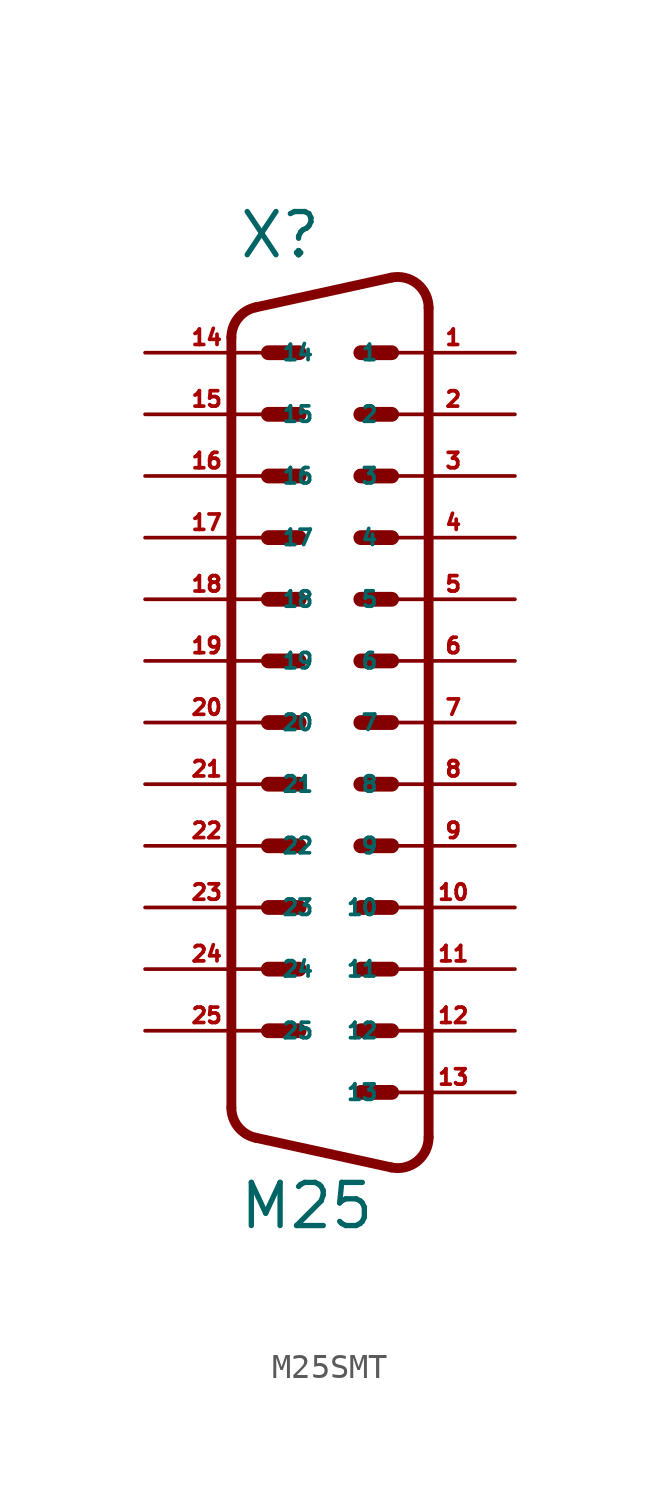
<source format=kicad_sym>
(kicad_symbol_lib
  (version 20220914)
  (generator Eagle2Kicad)
  (symbol "M25SMT"
    (property "Reference" "X"
      (at -3.81 16.51 0)
      (effects (font (size 1.778 1.778) (thickness 0.22)) (justify left bottom)))
    (property "Value" "M25"
      (at -3.81 -23.495 0)
      (effects (font (size 1.778 1.778) (thickness 0.22)) (justify left bottom)))
    (polyline
      (pts (xy 1.27 12.7) (xy 2.54 12.7))
      (stroke (width 0.61) (type default))
      (fill (type none)))
    (polyline
      (pts (xy -2.54 12.7) (xy -1.27 12.7))
      (stroke (width 0.61) (type default))
      (fill (type none)))
    (polyline
      (pts (xy 1.27 7.62) (xy 2.54 7.62))
      (stroke (width 0.61) (type default))
      (fill (type none)))
    (polyline
      (pts (xy -2.54 10.16) (xy -1.27 10.16))
      (stroke (width 0.61) (type default))
      (fill (type none)))
    (polyline
      (pts (xy 1.27 2.54) (xy 2.54 2.54))
      (stroke (width 0.61) (type default))
      (fill (type none)))
    (polyline
      (pts (xy -2.54 7.62) (xy -1.27 7.62))
      (stroke (width 0.61) (type default))
      (fill (type none)))
    (polyline
      (pts (xy 1.27 -2.54) (xy 2.54 -2.54))
      (stroke (width 0.61) (type default))
      (fill (type none)))
    (polyline
      (pts (xy -2.54 5.08) (xy -1.27 5.08))
      (stroke (width 0.61) (type default))
      (fill (type none)))
    (polyline
      (pts (xy 1.27 -7.62) (xy 2.54 -7.62))
      (stroke (width 0.61) (type default))
      (fill (type none)))
    (polyline
      (pts (xy -2.54 2.54) (xy -1.27 2.54))
      (stroke (width 0.61) (type default))
      (fill (type none)))
    (polyline
      (pts (xy 1.27 -12.7) (xy 2.54 -12.7))
      (stroke (width 0.61) (type default))
      (fill (type none)))
    (polyline
      (pts (xy -2.54 0) (xy -1.27 0))
      (stroke (width 0.61) (type default))
      (fill (type none)))
    (polyline
      (pts (xy 1.27 -17.78) (xy 2.54 -17.78))
      (stroke (width 0.61) (type default))
      (fill (type none)))
    (polyline
      (pts (xy -2.54 -2.54) (xy -1.27 -2.54))
      (stroke (width 0.61) (type default))
      (fill (type none)))
    (polyline
      (pts (xy 1.27 10.16) (xy 2.54 10.16))
      (stroke (width 0.61) (type default))
      (fill (type none)))
    (polyline
      (pts (xy -2.54 -5.08) (xy -1.27 -5.08))
      (stroke (width 0.61) (type default))
      (fill (type none)))
    (polyline
      (pts (xy 1.27 5.08) (xy 2.54 5.08))
      (stroke (width 0.61) (type default))
      (fill (type none)))
    (polyline
      (pts (xy -2.54 -7.62) (xy -1.27 -7.62))
      (stroke (width 0.61) (type default))
      (fill (type none)))
    (polyline
      (pts (xy 1.27 0) (xy 2.54 0))
      (stroke (width 0.61) (type default))
      (fill (type none)))
    (polyline
      (pts (xy -2.54 -10.16) (xy -1.27 -10.16))
      (stroke (width 0.61) (type default))
      (fill (type none)))
    (polyline
      (pts (xy 1.27 -5.08) (xy 2.54 -5.08))
      (stroke (width 0.61) (type default))
      (fill (type none)))
    (polyline
      (pts (xy -2.54 -12.7) (xy -1.27 -12.7))
      (stroke (width 0.61) (type default))
      (fill (type none)))
    (polyline
      (pts (xy 1.27 -10.16) (xy 2.54 -10.16))
      (stroke (width 0.61) (type default))
      (fill (type none)))
    (polyline
      (pts (xy -2.54 -15.24) (xy -1.27 -15.24))
      (stroke (width 0.61) (type default))
      (fill (type none)))
    (polyline
      (pts (xy 1.27 -15.24) (xy 2.54 -15.24))
      (stroke (width 0.61) (type default))
      (fill (type none)))
    (arc
      (start 2.5226 -20.8718)
      (mid 3.590 -20.620)
      (end 4.0637 -19.6312)
      (stroke (width 0.4064) (type default))
      (fill (type none)))
    (polyline
      (pts (xy 2.523 -20.872) (xy -3.065 -19.649))
      (stroke (width 0.406) (type default))
      (fill (type none)))
    (arc
      (start -4.064 -18.4088)
      (mid -3.783 -19.205)
      (end -3.0654 -19.6494)
      (stroke (width 0.4064) (type default))
      (fill (type none)))
    (polyline
      (pts (xy -4.064 13.329) (xy -4.064 -18.409))
      (stroke (width 0.406) (type default))
      (fill (type none)))
    (arc
      (start -3.0654 14.5694)
      (mid -3.783 14.125)
      (end -4.064 13.3288)
      (stroke (width 0.4064) (type default))
      (fill (type none)))
    (polyline
      (pts (xy 4.064 14.551) (xy 4.064 -19.631))
      (stroke (width 0.406) (type default))
      (fill (type none)))
    (polyline
      (pts (xy 2.523 15.792) (xy -3.065 14.569))
      (stroke (width 0.406) (type default))
      (fill (type none)))
    (arc
      (start 4.064 14.5512)
      (mid 3.590 15.541)
      (end 2.5226 15.7919)
      (stroke (width 0.4064) (type default))
      (fill (type none)))
    (pin passive line
      (at 7.62 12.7 180)
      (length 5.08)
      (name "1" (effects (font (size 0.635 0.635) (thickness 0.08)) (justify left bottom)))
      (number "1" (effects (font (size 0.635 0.635) (thickness 0.08)) (justify left bottom))))
    (pin passive line
      (at -7.62 12.7 0)
      (length 5.08)
      (name "14" (effects (font (size 0.635 0.635) (thickness 0.08)) (justify left bottom)))
      (number "14" (effects (font (size 0.635 0.635) (thickness 0.08)) (justify left bottom))))
    (pin passive line
      (at 7.62 10.16 180)
      (length 5.08)
      (name "2" (effects (font (size 0.635 0.635) (thickness 0.08)) (justify left bottom)))
      (number "2" (effects (font (size 0.635 0.635) (thickness 0.08)) (justify left bottom))))
    (pin passive line
      (at -7.62 10.16 0)
      (length 5.08)
      (name "15" (effects (font (size 0.635 0.635) (thickness 0.08)) (justify left bottom)))
      (number "15" (effects (font (size 0.635 0.635) (thickness 0.08)) (justify left bottom))))
    (pin passive line
      (at 7.62 7.62 180)
      (length 5.08)
      (name "3" (effects (font (size 0.635 0.635) (thickness 0.08)) (justify left bottom)))
      (number "3" (effects (font (size 0.635 0.635) (thickness 0.08)) (justify left bottom))))
    (pin passive line
      (at -7.62 7.62 0)
      (length 5.08)
      (name "16" (effects (font (size 0.635 0.635) (thickness 0.08)) (justify left bottom)))
      (number "16" (effects (font (size 0.635 0.635) (thickness 0.08)) (justify left bottom))))
    (pin passive line
      (at 7.62 5.08 180)
      (length 5.08)
      (name "4" (effects (font (size 0.635 0.635) (thickness 0.08)) (justify left bottom)))
      (number "4" (effects (font (size 0.635 0.635) (thickness 0.08)) (justify left bottom))))
    (pin passive line
      (at -7.62 5.08 0)
      (length 5.08)
      (name "17" (effects (font (size 0.635 0.635) (thickness 0.08)) (justify left bottom)))
      (number "17" (effects (font (size 0.635 0.635) (thickness 0.08)) (justify left bottom))))
    (pin passive line
      (at 7.62 2.54 180)
      (length 5.08)
      (name "5" (effects (font (size 0.635 0.635) (thickness 0.08)) (justify left bottom)))
      (number "5" (effects (font (size 0.635 0.635) (thickness 0.08)) (justify left bottom))))
    (pin passive line
      (at -7.62 2.54 0)
      (length 5.08)
      (name "18" (effects (font (size 0.635 0.635) (thickness 0.08)) (justify left bottom)))
      (number "18" (effects (font (size 0.635 0.635) (thickness 0.08)) (justify left bottom))))
    (pin passive line
      (at 7.62 0 180)
      (length 5.08)
      (name "6" (effects (font (size 0.635 0.635) (thickness 0.08)) (justify left bottom)))
      (number "6" (effects (font (size 0.635 0.635) (thickness 0.08)) (justify left bottom))))
    (pin passive line
      (at -7.62 0 0)
      (length 5.08)
      (name "19" (effects (font (size 0.635 0.635) (thickness 0.08)) (justify left bottom)))
      (number "19" (effects (font (size 0.635 0.635) (thickness 0.08)) (justify left bottom))))
    (pin passive line
      (at 7.62 -2.54 180)
      (length 5.08)
      (name "7" (effects (font (size 0.635 0.635) (thickness 0.08)) (justify left bottom)))
      (number "7" (effects (font (size 0.635 0.635) (thickness 0.08)) (justify left bottom))))
    (pin passive line
      (at -7.62 -2.54 0)
      (length 5.08)
      (name "20" (effects (font (size 0.635 0.635) (thickness 0.08)) (justify left bottom)))
      (number "20" (effects (font (size 0.635 0.635) (thickness 0.08)) (justify left bottom))))
    (pin passive line
      (at 7.62 -5.08 180)
      (length 5.08)
      (name "8" (effects (font (size 0.635 0.635) (thickness 0.08)) (justify left bottom)))
      (number "8" (effects (font (size 0.635 0.635) (thickness 0.08)) (justify left bottom))))
    (pin passive line
      (at -7.62 -5.08 0)
      (length 5.08)
      (name "21" (effects (font (size 0.635 0.635) (thickness 0.08)) (justify left bottom)))
      (number "21" (effects (font (size 0.635 0.635) (thickness 0.08)) (justify left bottom))))
    (pin passive line
      (at 7.62 -7.62 180)
      (length 5.08)
      (name "9" (effects (font (size 0.635 0.635) (thickness 0.08)) (justify left bottom)))
      (number "9" (effects (font (size 0.635 0.635) (thickness 0.08)) (justify left bottom))))
    (pin passive line
      (at -7.62 -7.62 0)
      (length 5.08)
      (name "22" (effects (font (size 0.635 0.635) (thickness 0.08)) (justify left bottom)))
      (number "22" (effects (font (size 0.635 0.635) (thickness 0.08)) (justify left bottom))))
    (pin passive line
      (at 7.62 -10.16 180)
      (length 5.08)
      (name "10" (effects (font (size 0.635 0.635) (thickness 0.08)) (justify left bottom)))
      (number "10" (effects (font (size 0.635 0.635) (thickness 0.08)) (justify left bottom))))
    (pin passive line
      (at -7.62 -10.16 0)
      (length 5.08)
      (name "23" (effects (font (size 0.635 0.635) (thickness 0.08)) (justify left bottom)))
      (number "23" (effects (font (size 0.635 0.635) (thickness 0.08)) (justify left bottom))))
    (pin passive line
      (at 7.62 -12.7 180)
      (length 5.08)
      (name "11" (effects (font (size 0.635 0.635) (thickness 0.08)) (justify left bottom)))
      (number "11" (effects (font (size 0.635 0.635) (thickness 0.08)) (justify left bottom))))
    (pin passive line
      (at -7.62 -12.7 0)
      (length 5.08)
      (name "24" (effects (font (size 0.635 0.635) (thickness 0.08)) (justify left bottom)))
      (number "24" (effects (font (size 0.635 0.635) (thickness 0.08)) (justify left bottom))))
    (pin passive line
      (at 7.62 -15.24 180)
      (length 5.08)
      (name "12" (effects (font (size 0.635 0.635) (thickness 0.08)) (justify left bottom)))
      (number "12" (effects (font (size 0.635 0.635) (thickness 0.08)) (justify left bottom))))
    (pin passive line
      (at -7.62 -15.24 0)
      (length 5.08)
      (name "25" (effects (font (size 0.635 0.635) (thickness 0.08)) (justify left bottom)))
      (number "25" (effects (font (size 0.635 0.635) (thickness 0.08)) (justify left bottom))))
    (pin passive line
      (at 7.62 -17.78 180)
      (length 5.08)
      (name "13" (effects (font (size 0.635 0.635) (thickness 0.08)) (justify left bottom)))
      (number "13" (effects (font (size 0.635 0.635) (thickness 0.08)) (justify left bottom))))))
</source>
